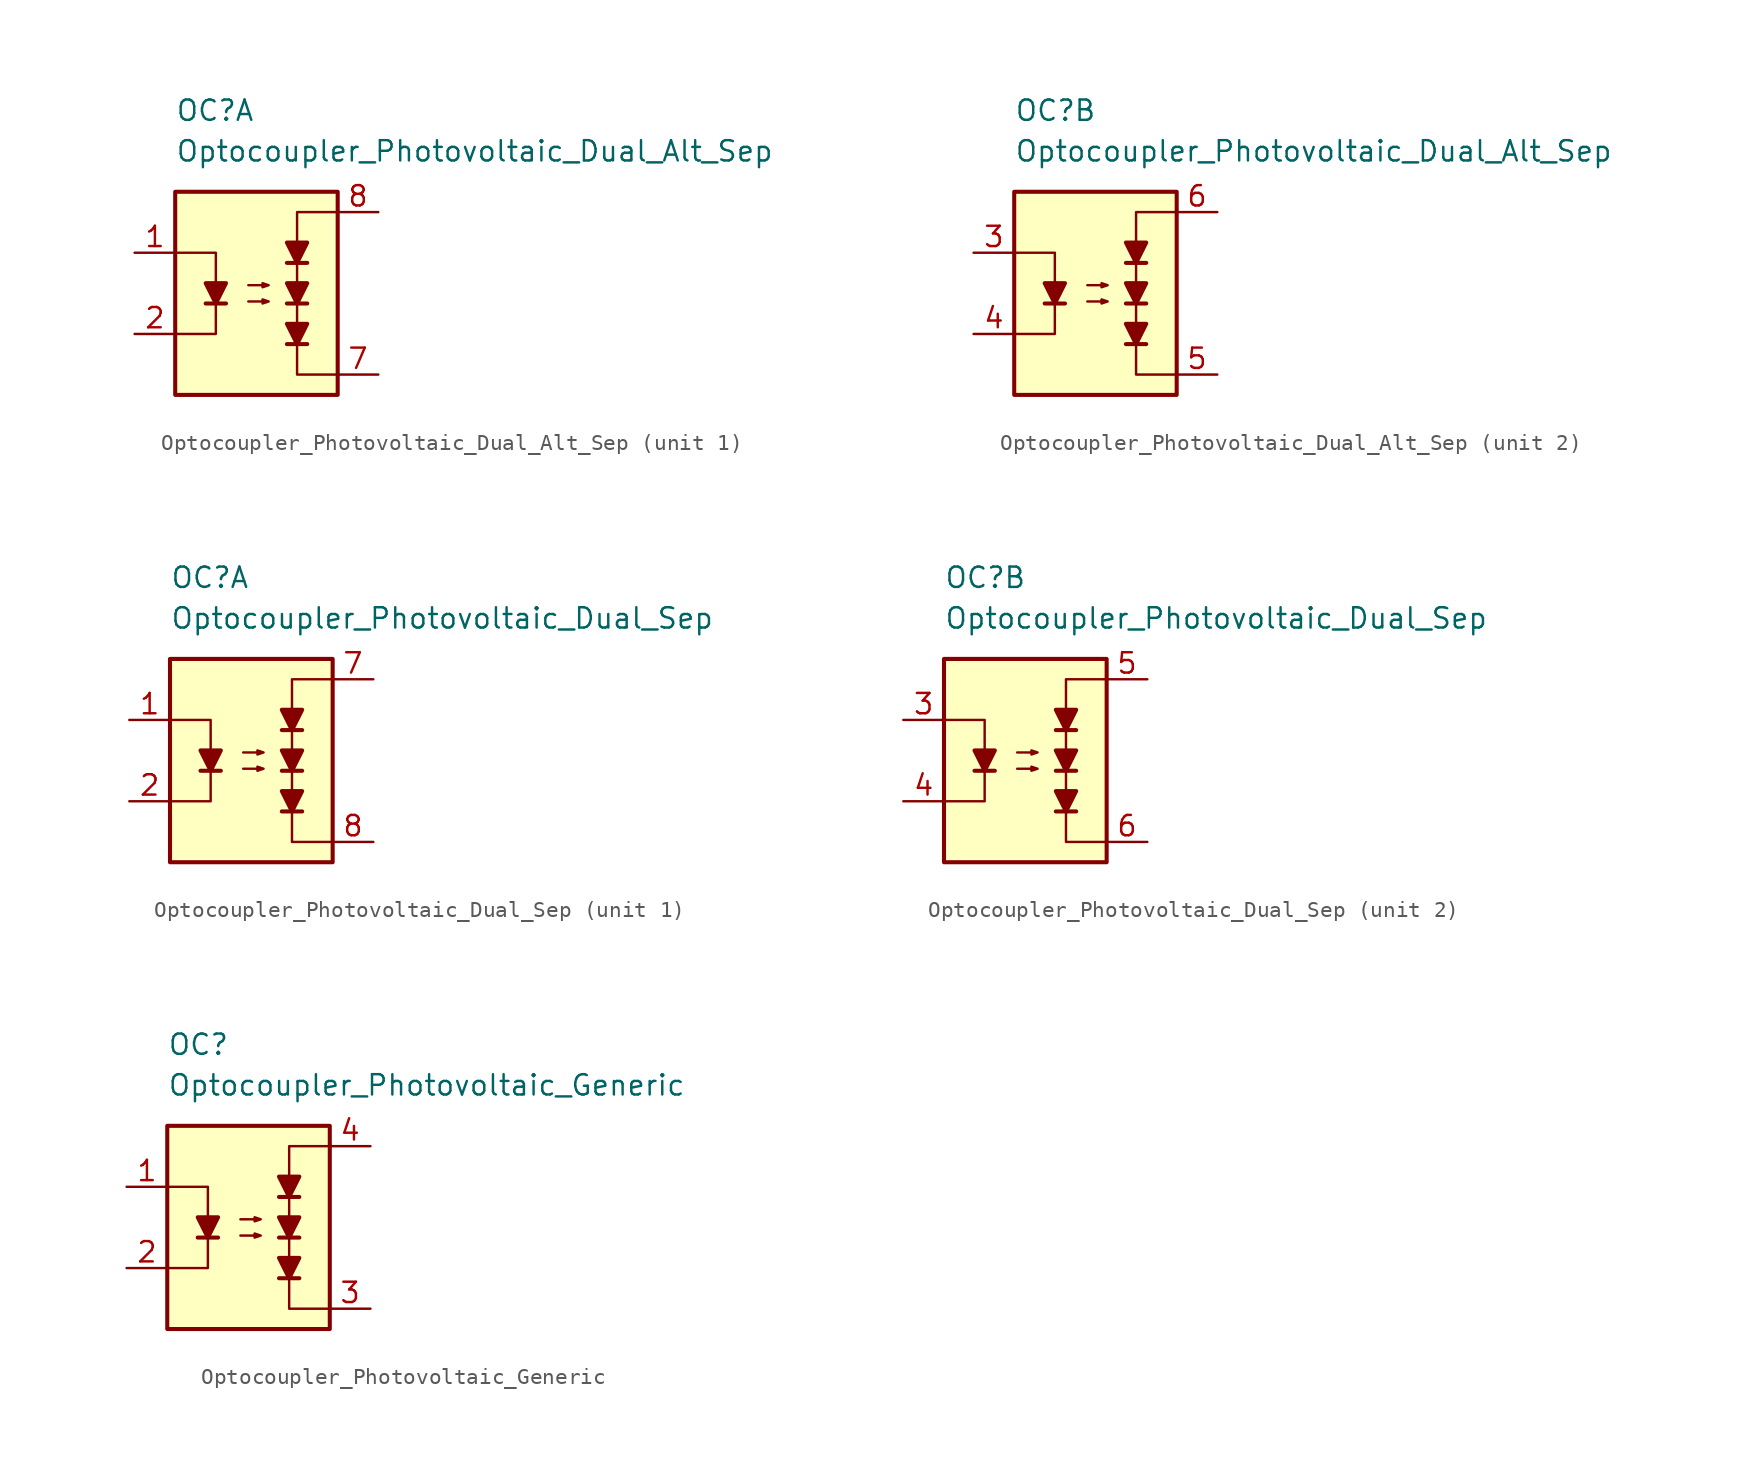
<source format=kicad_sym>
(kicad_symbol_lib
  (version 20211014)
  (generator kicad_symbol_editor)
  (symbol "Optocoupler_Misc_AKL:Optocoupler_Photovoltaic_Dual_Alt_Sep"
    (pin_names
      (offset 1.016))
    (property "Reference" "OC"
      (at -5.08 11.43 0)
      (effects (font (size 1.27 1.27)) (justify left)))
    (property "Value" "Optocoupler_Photovoltaic_Dual_Alt_Sep"
      (at -5.08 8.89 0)
      (effects (font (size 1.27 1.27)) (justify left)))
    (property "ki_locked" ""
      (at 0 0 0)
      (effects (font (size 1.27 1.27))))
    (symbol "Optocoupler_Photovoltaic_Dual_Alt_Sep_0_0"
      (rectangle (start -5.08 6.35) (end 5.08 -6.35) (stroke (width 0.254) (type default) (color 0 0 0 0)) (fill (type background)))
      (polyline (pts (xy 5.08 -5.08) (xy 2.54 -5.08) (xy 2.54 5.08) (xy 5.08 5.08)) (stroke (width 0) (type default) (color 0 0 0 0)) (fill (type none))))
    (symbol "Optocoupler_Photovoltaic_Dual_Alt_Sep_0_1"
      (polyline (pts (xy -3.175 -0.635) (xy -1.905 -0.635)) (stroke (width 0.254) (type default) (color 0 0 0 0)) (fill (type none)))
      (polyline (pts (xy -5.08 2.54) (xy -2.54 2.54) (xy -2.54 -0.635)) (stroke (width 0) (type default) (color 0 0 0 0)) (fill (type none)))
      (polyline (pts (xy -2.54 -0.635) (xy -2.54 -2.54) (xy -5.08 -2.54)) (stroke (width 0) (type default) (color 0 0 0 0)) (fill (type none)))
      (polyline (pts (xy -2.54 -0.635) (xy -3.175 0.635) (xy -1.905 0.635) (xy -2.54 -0.635)) (stroke (width 0.254) (type default) (color 0 0 0 0)) (fill (type outline)))
      (polyline (pts (xy -0.508 -0.508) (xy 0.762 -0.508) (xy 0.381 -0.635) (xy 0.381 -0.381) (xy 0.762 -0.508)) (stroke (width 0) (type default) (color 0 0 0 0)) (fill (type none)))
      (polyline (pts (xy -0.508 0.508) (xy 0.762 0.508) (xy 0.381 0.381) (xy 0.381 0.635) (xy 0.762 0.508)) (stroke (width 0) (type default) (color 0 0 0 0)) (fill (type none))))
    (symbol "Optocoupler_Photovoltaic_Dual_Alt_Sep_1_1"
      (polyline (pts (xy 1.905 -3.175) (xy 3.175 -3.175)) (stroke (width 0.254) (type default) (color 0 0 0 0)) (fill (type none)))
      (polyline (pts (xy 1.905 -0.635) (xy 3.175 -0.635)) (stroke (width 0.254) (type default) (color 0 0 0 0)) (fill (type none)))
      (polyline (pts (xy 1.905 1.905) (xy 3.175 1.905)) (stroke (width 0.254) (type default) (color 0 0 0 0)) (fill (type none)))
      (polyline (pts (xy 2.54 -3.175) (xy 1.905 -1.905) (xy 3.175 -1.905) (xy 2.54 -3.175)) (stroke (width 0.254) (type default) (color 0 0 0 0)) (fill (type outline)))
      (polyline (pts (xy 2.54 -0.635) (xy 1.905 0.635) (xy 3.175 0.635) (xy 2.54 -0.635)) (stroke (width 0.254) (type default) (color 0 0 0 0)) (fill (type outline)))
      (polyline (pts (xy 2.54 1.905) (xy 1.905 3.175) (xy 3.175 3.175) (xy 2.54 1.905)) (stroke (width 0.254) (type default) (color 0 0 0 0)) (fill (type outline)))
      (pin passive line (at -7.62 2.54 0) (length 2.54) (name "~" (effects (font (size 1.27 1.27)))) (number "1" (effects (font (size 1.27 1.27)))))
      (pin passive line (at -7.62 -2.54 0) (length 2.54) (name "~" (effects (font (size 1.27 1.27)))) (number "2" (effects (font (size 1.27 1.27)))))
      (pin passive line (at 7.62 -5.08 180) (length 2.54) (name "~" (effects (font (size 1.27 1.27)))) (number "7" (effects (font (size 1.27 1.27)))))
      (pin passive line (at 7.62 5.08 180) (length 2.54) (name "~" (effects (font (size 1.27 1.27)))) (number "8" (effects (font (size 1.27 1.27))))))
    (symbol "Optocoupler_Photovoltaic_Dual_Alt_Sep_2_1"
      (polyline (pts (xy 1.905 -3.175) (xy 3.175 -3.175)) (stroke (width 0.254) (type default) (color 0 0 0 0)) (fill (type none)))
      (polyline (pts (xy 1.905 -0.635) (xy 3.175 -0.635)) (stroke (width 0.254) (type default) (color 0 0 0 0)) (fill (type none)))
      (polyline (pts (xy 1.905 1.905) (xy 3.175 1.905)) (stroke (width 0.254) (type default) (color 0 0 0 0)) (fill (type none)))
      (polyline (pts (xy 2.54 -3.175) (xy 1.905 -1.905) (xy 3.175 -1.905) (xy 2.54 -3.175)) (stroke (width 0.254) (type default) (color 0 0 0 0)) (fill (type outline)))
      (polyline (pts (xy 2.54 -0.635) (xy 1.905 0.635) (xy 3.175 0.635) (xy 2.54 -0.635)) (stroke (width 0.254) (type default) (color 0 0 0 0)) (fill (type outline)))
      (polyline (pts (xy 2.54 1.905) (xy 1.905 3.175) (xy 3.175 3.175) (xy 2.54 1.905)) (stroke (width 0.254) (type default) (color 0 0 0 0)) (fill (type outline)))
      (pin passive line (at -7.62 2.54 0) (length 2.54) (name "~" (effects (font (size 1.27 1.27)))) (number "3" (effects (font (size 1.27 1.27)))))
      (pin passive line (at -7.62 -2.54 0) (length 2.54) (name "~" (effects (font (size 1.27 1.27)))) (number "4" (effects (font (size 1.27 1.27)))))
      (pin passive line (at 7.62 -5.08 180) (length 2.54) (name "~" (effects (font (size 1.27 1.27)))) (number "5" (effects (font (size 1.27 1.27)))))
      (pin passive line (at 7.62 5.08 180) (length 2.54) (name "~" (effects (font (size 1.27 1.27)))) (number "6" (effects (font (size 1.27 1.27)))))))
  (symbol "Optocoupler_Misc_AKL:Optocoupler_Photovoltaic_Dual_Sep"
    (pin_names
      (offset 1.016))
    (property "Reference" "OC"
      (at -5.08 11.43 0)
      (effects (font (size 1.27 1.27)) (justify left)))
    (property "Value" "Optocoupler_Photovoltaic_Dual_Sep"
      (at -5.08 8.89 0)
      (effects (font (size 1.27 1.27)) (justify left)))
    (property "ki_locked" ""
      (at 0 0 0)
      (effects (font (size 1.27 1.27))))
    (symbol "Optocoupler_Photovoltaic_Dual_Sep_0_0"
      (rectangle (start -5.08 6.35) (end 5.08 -6.35) (stroke (width 0.254) (type default) (color 0 0 0 0)) (fill (type background)))
      (polyline (pts (xy 5.08 -5.08) (xy 2.54 -5.08) (xy 2.54 5.08) (xy 5.08 5.08)) (stroke (width 0) (type default) (color 0 0 0 0)) (fill (type none))))
    (symbol "Optocoupler_Photovoltaic_Dual_Sep_0_1"
      (polyline (pts (xy -3.175 -0.635) (xy -1.905 -0.635)) (stroke (width 0.254) (type default) (color 0 0 0 0)) (fill (type none)))
      (polyline (pts (xy -5.08 2.54) (xy -2.54 2.54) (xy -2.54 -0.635)) (stroke (width 0) (type default) (color 0 0 0 0)) (fill (type none)))
      (polyline (pts (xy -2.54 -0.635) (xy -2.54 -2.54) (xy -5.08 -2.54)) (stroke (width 0) (type default) (color 0 0 0 0)) (fill (type none)))
      (polyline (pts (xy -2.54 -0.635) (xy -3.175 0.635) (xy -1.905 0.635) (xy -2.54 -0.635)) (stroke (width 0.254) (type default) (color 0 0 0 0)) (fill (type outline)))
      (polyline (pts (xy -0.508 -0.508) (xy 0.762 -0.508) (xy 0.381 -0.635) (xy 0.381 -0.381) (xy 0.762 -0.508)) (stroke (width 0) (type default) (color 0 0 0 0)) (fill (type none)))
      (polyline (pts (xy -0.508 0.508) (xy 0.762 0.508) (xy 0.381 0.381) (xy 0.381 0.635) (xy 0.762 0.508)) (stroke (width 0) (type default) (color 0 0 0 0)) (fill (type none))))
    (symbol "Optocoupler_Photovoltaic_Dual_Sep_1_1"
      (polyline (pts (xy 1.905 -3.175) (xy 3.175 -3.175)) (stroke (width 0.254) (type default) (color 0 0 0 0)) (fill (type none)))
      (polyline (pts (xy 1.905 -0.635) (xy 3.175 -0.635)) (stroke (width 0.254) (type default) (color 0 0 0 0)) (fill (type none)))
      (polyline (pts (xy 1.905 1.905) (xy 3.175 1.905)) (stroke (width 0.254) (type default) (color 0 0 0 0)) (fill (type none)))
      (polyline (pts (xy 2.54 -3.175) (xy 1.905 -1.905) (xy 3.175 -1.905) (xy 2.54 -3.175)) (stroke (width 0.254) (type default) (color 0 0 0 0)) (fill (type outline)))
      (polyline (pts (xy 2.54 -0.635) (xy 1.905 0.635) (xy 3.175 0.635) (xy 2.54 -0.635)) (stroke (width 0.254) (type default) (color 0 0 0 0)) (fill (type outline)))
      (polyline (pts (xy 2.54 1.905) (xy 1.905 3.175) (xy 3.175 3.175) (xy 2.54 1.905)) (stroke (width 0.254) (type default) (color 0 0 0 0)) (fill (type outline)))
      (pin passive line (at -7.62 2.54 0) (length 2.54) (name "~" (effects (font (size 1.27 1.27)))) (number "1" (effects (font (size 1.27 1.27)))))
      (pin passive line (at -7.62 -2.54 0) (length 2.54) (name "~" (effects (font (size 1.27 1.27)))) (number "2" (effects (font (size 1.27 1.27)))))
      (pin passive line (at 7.62 5.08 180) (length 2.54) (name "~" (effects (font (size 1.27 1.27)))) (number "7" (effects (font (size 1.27 1.27)))))
      (pin passive line (at 7.62 -5.08 180) (length 2.54) (name "~" (effects (font (size 1.27 1.27)))) (number "8" (effects (font (size 1.27 1.27))))))
    (symbol "Optocoupler_Photovoltaic_Dual_Sep_2_1"
      (polyline (pts (xy 1.905 -3.175) (xy 3.175 -3.175)) (stroke (width 0.254) (type default) (color 0 0 0 0)) (fill (type none)))
      (polyline (pts (xy 1.905 -0.635) (xy 3.175 -0.635)) (stroke (width 0.254) (type default) (color 0 0 0 0)) (fill (type none)))
      (polyline (pts (xy 1.905 1.905) (xy 3.175 1.905)) (stroke (width 0.254) (type default) (color 0 0 0 0)) (fill (type none)))
      (polyline (pts (xy 2.54 -3.175) (xy 1.905 -1.905) (xy 3.175 -1.905) (xy 2.54 -3.175)) (stroke (width 0.254) (type default) (color 0 0 0 0)) (fill (type outline)))
      (polyline (pts (xy 2.54 -0.635) (xy 1.905 0.635) (xy 3.175 0.635) (xy 2.54 -0.635)) (stroke (width 0.254) (type default) (color 0 0 0 0)) (fill (type outline)))
      (polyline (pts (xy 2.54 1.905) (xy 1.905 3.175) (xy 3.175 3.175) (xy 2.54 1.905)) (stroke (width 0.254) (type default) (color 0 0 0 0)) (fill (type outline)))
      (pin passive line (at -7.62 2.54 0) (length 2.54) (name "~" (effects (font (size 1.27 1.27)))) (number "3" (effects (font (size 1.27 1.27)))))
      (pin passive line (at -7.62 -2.54 0) (length 2.54) (name "~" (effects (font (size 1.27 1.27)))) (number "4" (effects (font (size 1.27 1.27)))))
      (pin passive line (at 7.62 5.08 180) (length 2.54) (name "~" (effects (font (size 1.27 1.27)))) (number "5" (effects (font (size 1.27 1.27)))))
      (pin passive line (at 7.62 -5.08 180) (length 2.54) (name "~" (effects (font (size 1.27 1.27)))) (number "6" (effects (font (size 1.27 1.27)))))))
  (symbol "Optocoupler_Misc_AKL:Optocoupler_Photovoltaic_Generic"
    (pin_names
      (offset 1.016))
    (property "Reference" "OC"
      (at -5.08 11.43 0)
      (effects (font (size 1.27 1.27)) (justify left)))
    (property "Value" "Optocoupler_Photovoltaic_Generic"
      (at -5.08 8.89 0)
      (effects (font (size 1.27 1.27)) (justify left)))
    (symbol "Optocoupler_Photovoltaic_Generic_0_0"
      (rectangle (start -5.08 6.35) (end 5.08 -6.35) (stroke (width 0.254) (type default) (color 0 0 0 0)) (fill (type background)))
      (polyline (pts (xy 5.08 -5.08) (xy 2.54 -5.08) (xy 2.54 5.08) (xy 5.08 5.08)) (stroke (width 0) (type default) (color 0 0 0 0)) (fill (type none))))
    (symbol "Optocoupler_Photovoltaic_Generic_0_1"
      (polyline (pts (xy -3.175 -0.635) (xy -1.905 -0.635)) (stroke (width 0.254) (type default) (color 0 0 0 0)) (fill (type none)))
      (polyline (pts (xy -5.08 2.54) (xy -2.54 2.54) (xy -2.54 -0.635)) (stroke (width 0) (type default) (color 0 0 0 0)) (fill (type none)))
      (polyline (pts (xy -2.54 -0.635) (xy -2.54 -2.54) (xy -5.08 -2.54)) (stroke (width 0) (type default) (color 0 0 0 0)) (fill (type none)))
      (polyline (pts (xy -2.54 -0.635) (xy -3.175 0.635) (xy -1.905 0.635) (xy -2.54 -0.635)) (stroke (width 0.254) (type default) (color 0 0 0 0)) (fill (type outline)))
      (polyline (pts (xy -0.508 -0.508) (xy 0.762 -0.508) (xy 0.381 -0.635) (xy 0.381 -0.381) (xy 0.762 -0.508)) (stroke (width 0) (type default) (color 0 0 0 0)) (fill (type none)))
      (polyline (pts (xy -0.508 0.508) (xy 0.762 0.508) (xy 0.381 0.381) (xy 0.381 0.635) (xy 0.762 0.508)) (stroke (width 0) (type default) (color 0 0 0 0)) (fill (type none))))
    (symbol "Optocoupler_Photovoltaic_Generic_1_1"
      (polyline (pts (xy 1.905 -3.175) (xy 3.175 -3.175)) (stroke (width 0.254) (type default) (color 0 0 0 0)) (fill (type none)))
      (polyline (pts (xy 1.905 -0.635) (xy 3.175 -0.635)) (stroke (width 0.254) (type default) (color 0 0 0 0)) (fill (type none)))
      (polyline (pts (xy 1.905 1.905) (xy 3.175 1.905)) (stroke (width 0.254) (type default) (color 0 0 0 0)) (fill (type none)))
      (polyline (pts (xy 2.54 -3.175) (xy 1.905 -1.905) (xy 3.175 -1.905) (xy 2.54 -3.175)) (stroke (width 0.254) (type default) (color 0 0 0 0)) (fill (type outline)))
      (polyline (pts (xy 2.54 -0.635) (xy 1.905 0.635) (xy 3.175 0.635) (xy 2.54 -0.635)) (stroke (width 0.254) (type default) (color 0 0 0 0)) (fill (type outline)))
      (polyline (pts (xy 2.54 1.905) (xy 1.905 3.175) (xy 3.175 3.175) (xy 2.54 1.905)) (stroke (width 0.254) (type default) (color 0 0 0 0)) (fill (type outline)))
      (pin passive line (at -7.62 2.54 0) (length 2.54) (name "~" (effects (font (size 1.27 1.27)))) (number "1" (effects (font (size 1.27 1.27)))))
      (pin passive line (at -7.62 -2.54 0) (length 2.54) (name "~" (effects (font (size 1.27 1.27)))) (number "2" (effects (font (size 1.27 1.27)))))
      (pin passive line (at 7.62 -5.08 180) (length 2.54) (name "~" (effects (font (size 1.27 1.27)))) (number "3" (effects (font (size 1.27 1.27)))))
      (pin passive line (at 7.62 5.08 180) (length 2.54) (name "~" (effects (font (size 1.27 1.27)))) (number "4" (effects (font (size 1.27 1.27))))))))
</source>
